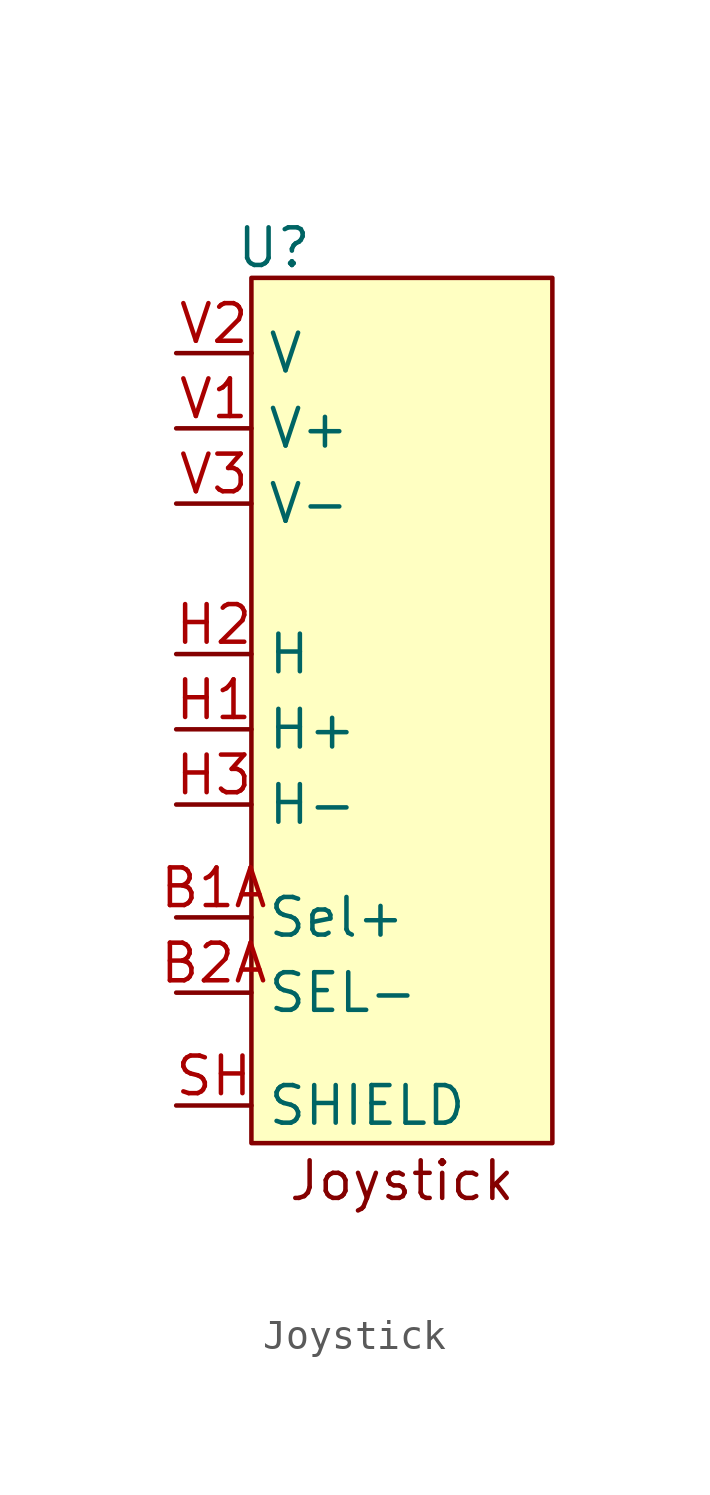
<source format=kicad_sym>
(kicad_symbol_lib
  (version 20241209)
  (generator "kicad_symbol_editor")
  (generator_version "9.0")
  (symbol "Joystick"
    (property "Reference" "U"
      (at -3.048 7.366 0)
      (effects (font (size 1.27 1.27))))
    (property "Value" ""
      (at 0 0 0)
      (effects (font (size 1.27 1.27))))
    (symbol "Joystick_1_1"
      (rectangle (start -3.81 6.35) (end 6.35 -22.86) (stroke (width 0) (type solid)) (fill (type background)))
      (text "Joystick" (at 1.27 -24.13 0) (effects (font (size 1.27 1.27))))
      (pin output line (at -6.35 3.81 0) (length 2.54) (name "V" (effects (font (size 1.27 1.27)))) (number "V2" (effects (font (size 1.27 1.27)))))
      (pin power_in line (at -6.35 1.27 0) (length 2.54) (name "V+" (effects (font (size 1.27 1.27)))) (number "V1" (effects (font (size 1.27 1.27)))))
      (pin input line (at -6.35 -1.27 0) (length 2.54) (name "V-" (effects (font (size 1.27 1.27)))) (number "V3" (effects (font (size 1.27 1.27)))))
      (pin output line (at -6.35 -6.35 0) (length 2.54) (name "H" (effects (font (size 1.27 1.27)))) (number "H2" (effects (font (size 1.27 1.27)))))
      (pin power_in line (at -6.35 -8.89 0) (length 2.54) (name "H+" (effects (font (size 1.27 1.27)))) (number "H1" (effects (font (size 1.27 1.27)))))
      (pin input line (at -6.35 -11.43 0) (length 2.54) (name "H-" (effects (font (size 1.27 1.27)))) (number "H3" (effects (font (size 1.27 1.27)))))
      (pin input line (at -6.35 -15.24 0) (length 2.54) (name "Sel+" (effects (font (size 1.27 1.27)))) (number "B1A" (effects (font (size 1.27 1.27)))))
      (pin input line (at -6.35 -17.78 0) (length 2.54) (name "SEL-" (effects (font (size 1.27 1.27)))) (number "B2A" (effects (font (size 1.27 1.27)))))
      (pin input line (at -6.35 -21.59 0) (length 2.54) (name "SHIELD" (effects (font (size 1.27 1.27)))) (number "SH" (effects (font (size 1.27 1.27))))))))
</source>
